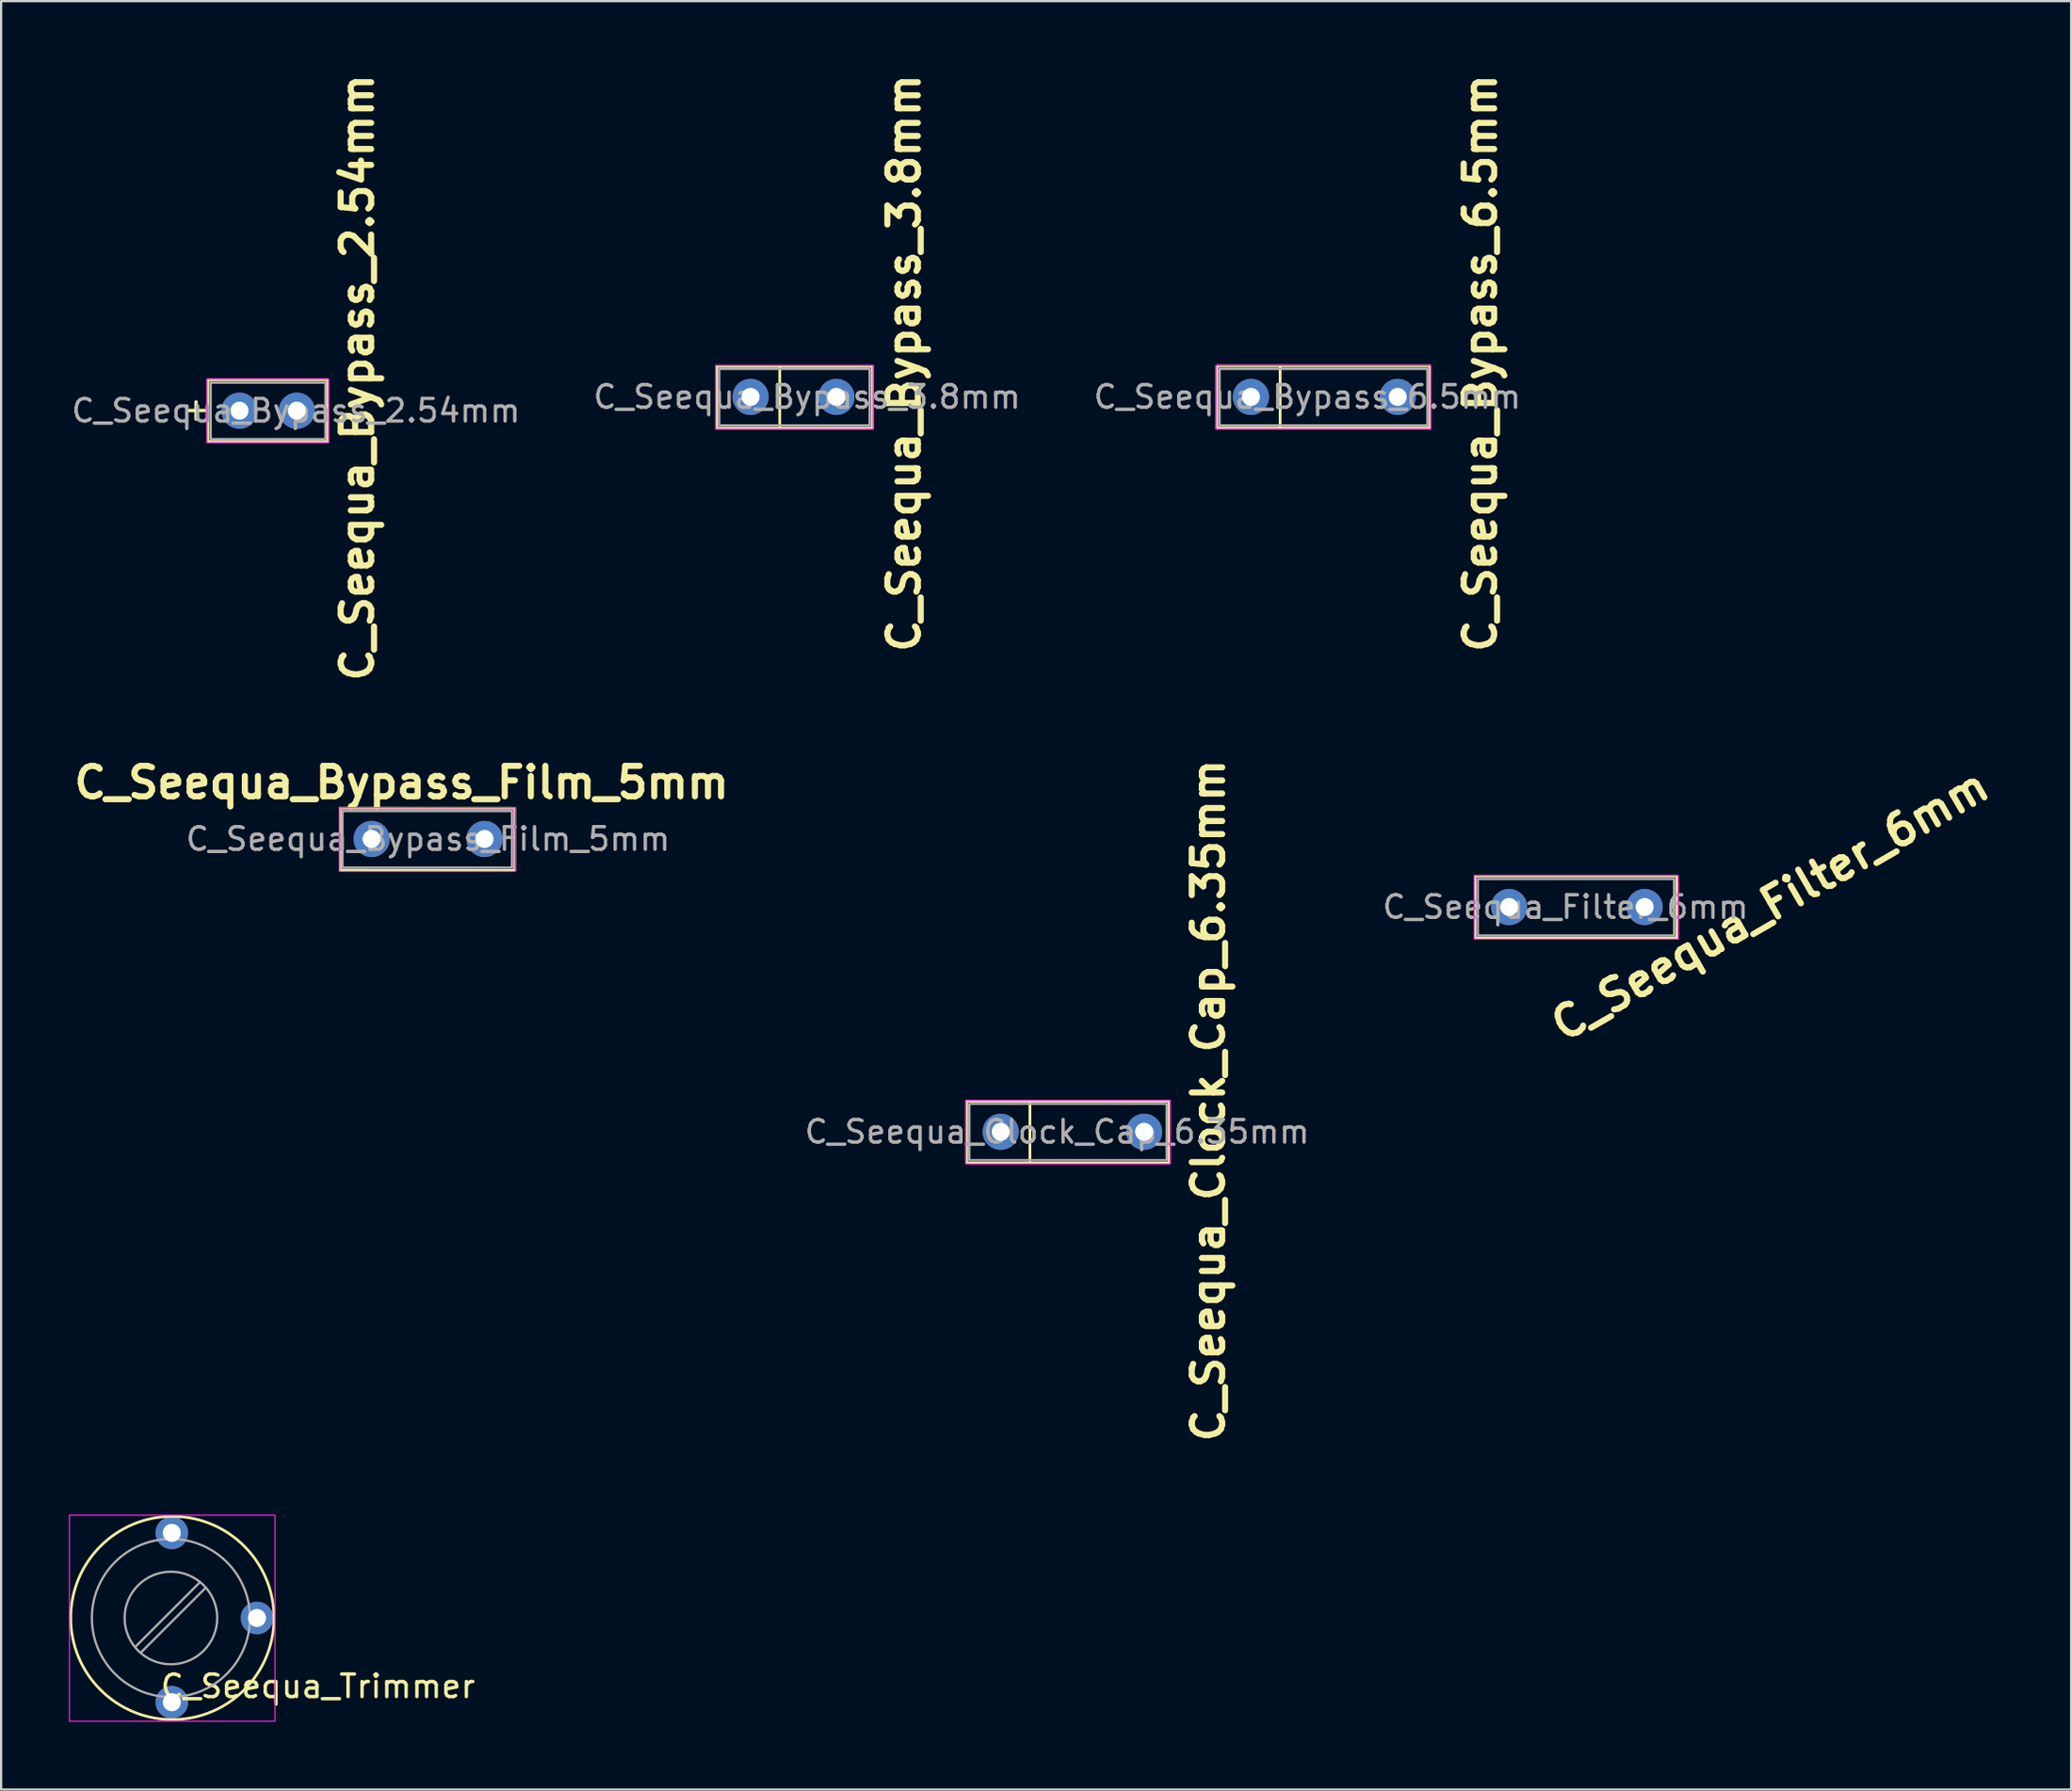
<source format=kicad_pcb>
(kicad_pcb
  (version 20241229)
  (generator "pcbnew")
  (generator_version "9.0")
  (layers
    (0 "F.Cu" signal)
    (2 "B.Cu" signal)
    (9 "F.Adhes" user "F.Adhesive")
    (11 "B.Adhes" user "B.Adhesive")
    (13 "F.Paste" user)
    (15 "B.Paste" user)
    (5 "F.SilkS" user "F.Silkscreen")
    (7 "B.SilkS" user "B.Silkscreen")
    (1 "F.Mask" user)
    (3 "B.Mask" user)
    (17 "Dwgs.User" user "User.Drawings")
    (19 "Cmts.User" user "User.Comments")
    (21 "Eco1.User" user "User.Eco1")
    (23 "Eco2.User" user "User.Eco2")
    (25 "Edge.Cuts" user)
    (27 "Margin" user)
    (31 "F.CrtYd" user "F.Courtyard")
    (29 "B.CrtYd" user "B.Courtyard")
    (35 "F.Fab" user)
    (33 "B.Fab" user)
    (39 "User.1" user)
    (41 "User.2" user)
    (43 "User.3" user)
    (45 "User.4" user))
  (footprint "C_Seequa_Clock_Cap_6.35mm"
    (layer "F.Cu")
    (at 41.26 47.08)
    (property "Reference" "C_Seequa_Clock_Cap_6.35mm" (at 9.197 -1.388 90) (layer "F.SilkS") (effects (font (size 1.35 1.35) (thickness 0.27) (bold yes))))
    (attr through_hole)
    (fp_line (start -1.508 -1.36) (end 7.46 -1.359) (stroke (width 0.12) (type solid)) (layer "F.SilkS"))
    (fp_line (start -1.508 1.38) (end -1.508 -1.36) (stroke (width 0.12) (type solid)) (layer "F.SilkS"))
    (fp_line (start 1.293 1.38) (end 1.293 -1.344) (stroke (width 0.12) (type solid)) (layer "F.SilkS"))
    (fp_line (start 7.46 -1.359) (end 7.46 1.381) (stroke (width 0.12) (type solid)) (layer "F.SilkS"))
    (fp_line (start 7.46 1.381) (end -1.508 1.38) (stroke (width 0.12) (type solid)) (layer "F.SilkS"))
    (fp_rect (start -1.55 -1.398) (end 7.506 1.423) (stroke (width 0.05) (type solid)) (fill no) (layer "F.CrtYd"))
    (fp_rect (start -1.388 -1.24) (end 7.348 1.26) (stroke (width 0.1) (type solid)) (fill no) (layer "F.Fab"))
    (fp_text user "${REFERENCE}" (at 2.5 0 0) (layer "F.Fab") (effects (font (size 1 1) (thickness 0.15))))
    (pad "1" thru_hole circle (at 0 0) (size 1.6 1.6) (drill 0.8) (layers "*.Cu" "*.Mask"))
    (pad "2" thru_hole circle (at 6.35 0) (size 1.6 1.6) (drill 0.8) (layers "*.Cu" "*.Mask")))
  (footprint "C_Seequa_Bypass_Film_5mm"
    (layer "F.Cu")
    (at 13.404 34.111)
    (property "Reference" "C_Seequa_Bypass_Film_5mm" (at 1.33 -2.5 180) (layer "F.SilkS") (effects (font (size 1.35 1.35) (thickness 0.27) (bold yes))))
    (attr through_hole)
    (fp_line (start -1.395 -1.363) (end 6.335 -1.362) (stroke (width 0.12) (type solid)) (layer "F.SilkS"))
    (fp_line (start -1.395 1.377) (end -1.395 -1.363) (stroke (width 0.12) (type solid)) (layer "F.SilkS"))
    (fp_line (start 6.335 -1.35) (end 6.335 1.39) (stroke (width 0.12) (type solid)) (layer "F.SilkS"))
    (fp_line (start 6.335 1.39) (end -1.395 1.377) (stroke (width 0.12) (type solid)) (layer "F.SilkS"))
    (fp_rect (start -1.42 -1.382) (end 6.36 1.439) (stroke (width 0.05) (type solid)) (fill no) (layer "F.CrtYd"))
    (fp_rect (start -1.287 -1.234) (end 6.214 1.266) (stroke (width 0.1) (type solid)) (fill no) (layer "F.Fab"))
    (fp_text user "${REFERENCE}" (at 2.5 0 0) (layer "F.Fab") (effects (font (size 1 1) (thickness 0.15))))
    (pad "1" thru_hole circle (at 0 0) (size 1.6 1.6) (drill 0.8) (layers "*.Cu" "*.Mask"))
    (pad "2" thru_hole circle (at 5 0) (size 1.6 1.6) (drill 0.8) (layers "*.Cu" "*.Mask")))
  (footprint "C_Seequa_Bypass_6.5mm"
    (layer "F.Cu")
    (at 52.339 14.53)
    (property "Reference" "C_Seequa_Bypass_6.5mm" (at 10.16 -1.499 90) (layer "F.SilkS") (effects (font (size 1.35 1.35) (thickness 0.27) (bold yes))))
    (attr through_hole)
    (fp_line (start -1.508 -1.37) (end 7.928 -1.37) (stroke (width 0.12) (type solid)) (layer "F.SilkS"))
    (fp_line (start -1.508 1.37) (end -1.508 -1.36) (stroke (width 0.12) (type solid)) (layer "F.SilkS"))
    (fp_line (start 1.293 1.38) (end 1.293 -1.344) (stroke (width 0.12) (type solid)) (layer "F.SilkS"))
    (fp_line (start 7.928 -1.37) (end 7.928 1.37) (stroke (width 0.12) (type solid)) (layer "F.SilkS"))
    (fp_line (start 7.932 1.37) (end -1.513 1.37) (stroke (width 0.12) (type solid)) (layer "F.SilkS"))
    (fp_rect (start -1.55 -1.398) (end 7.966 1.423) (stroke (width 0.05) (type solid)) (fill no) (layer "F.CrtYd"))
    (fp_rect (start -1.388 -1.24) (end 7.812 1.26) (stroke (width 0.1) (type solid)) (fill no) (layer "F.Fab"))
    (fp_text user "${REFERENCE}" (at 2.5 0 0) (layer "F.Fab") (effects (font (size 1 1) (thickness 0.15))))
    (pad "1" thru_hole circle (at 0 0) (size 1.6 1.6) (drill 0.8) (layers "*.Cu" "*.Mask"))
    (pad "2" thru_hole circle (at 6.5 0) (size 1.6 1.6) (drill 0.8) (layers "*.Cu" "*.Mask")))
  (footprint "C_Seequa_Bypass_2.54mm"
    (layer "F.Cu")
    (at 7.554 15.141)
    (property "Reference" "C_Seequa_Bypass_2.54mm" (at 5.218 -1.468 90) (layer "F.SilkS") (effects (font (size 1.35 1.35) (thickness 0.27) (bold yes))))
    (attr through_hole)
    (fp_line (start -1.395 -1.363) (end 3.904 -1.362) (stroke (width 0.12) (type solid)) (layer "F.SilkS"))
    (fp_line (start -1.395 1.377) (end -1.395 -1.363) (stroke (width 0.12) (type solid)) (layer "F.SilkS"))
    (fp_line (start 3.904 -1.362) (end 3.904 1.377) (stroke (width 0.12) (type solid)) (layer "F.SilkS"))
    (fp_line (start 3.904 1.377) (end -1.395 1.377) (stroke (width 0.12) (type solid)) (layer "F.SilkS"))
    (fp_rect (start -1.437 -1.401) (end 3.943 1.42) (stroke (width 0.05) (type solid)) (fill no) (layer "F.CrtYd"))
    (fp_rect (start -1.275 -1.243) (end 3.805 1.257) (stroke (width 0.1) (type solid)) (fill no) (layer "F.Fab"))
    (fp_text user "+" (at -2.641 0.502 0) (unlocked yes) (layer "F.SilkS") (effects (font (size 1 1) (thickness 0.15)) (justify left bottom)))
    (fp_text user "${REFERENCE}" (at 2.5 0 0) (layer "F.Fab") (effects (font (size 1 1) (thickness 0.15))))
    (pad "1" thru_hole circle (at 0 0) (size 1.6 1.6) (drill 0.8) (layers "*.Cu" "*.Mask"))
    (pad "2" thru_hole circle (at 2.54 0) (size 1.6 1.6) (drill 0.8) (layers "*.Cu" "*.Mask")))
  (footprint "C_Seequa_Bypass_3.8mm"
    (layer "F.Cu")
    (at 30.185 14.53)
    (property "Reference" "C_Seequa_Bypass_3.8mm" (at 6.795 -1.499 90) (layer "F.SilkS") (effects (font (size 1.35 1.35) (thickness 0.27) (bold yes))))
    (attr through_hole)
    (fp_line (start -1.508 -1.36) (end 5.388 -1.36) (stroke (width 0.12) (type solid)) (layer "F.SilkS"))
    (fp_line (start -1.508 1.38) (end -1.508 -1.36) (stroke (width 0.12) (type solid)) (layer "F.SilkS"))
    (fp_line (start 1.293 1.38) (end 1.293 -1.344) (stroke (width 0.12) (type solid)) (layer "F.SilkS"))
    (fp_line (start 5.388 -1.36) (end 5.388 1.38) (stroke (width 0.12) (type solid)) (layer "F.SilkS"))
    (fp_line (start 5.393 1.38) (end -1.508 1.38) (stroke (width 0.12) (type solid)) (layer "F.SilkS"))
    (fp_rect (start -1.55 -1.398) (end 5.426 1.423) (stroke (width 0.05) (type solid)) (fill no) (layer "F.CrtYd"))
    (fp_rect (start -1.388 -1.24) (end 5.272 1.26) (stroke (width 0.1) (type solid)) (fill no) (layer "F.Fab"))
    (fp_text user "${REFERENCE}" (at 2.5 0 0) (layer "F.Fab") (effects (font (size 1 1) (thickness 0.15))))
    (pad "1" thru_hole circle (at 0 0) (size 1.6 1.6) (drill 0.8) (layers "*.Cu" "*.Mask"))
    (pad "2" thru_hole circle (at 3.8 0) (size 1.6 1.6) (drill 0.8) (layers "*.Cu" "*.Mask")))
  (footprint "C_Seequa_Trimmer"
    (layer "F.Cu")
    (at 4.558 72.347)
    (property "Reference" "C_Seequa_Trimmer" (at 6.47 -0.706 0) (layer "F.SilkS") (effects (font (size 1 1) (thickness 0.15))))
    (attr through_hole)
    (fp_circle (center 0.024 -3.731) (end 4.524 -3.731) (stroke (width 0.12) (type solid)) (fill no) (layer "F.SilkS"))
    (fp_rect (start -4.533 -8.285) (end 4.569 0.842) (stroke (width 0.05) (type solid)) (fill no) (layer "F.CrtYd"))
    (fp_line (start 1.253 -5.323) (end -1.607 -2.463) (stroke (width 0.1) (type solid)) (layer "F.Fab"))
    (fp_line (start 1.503 -5.073) (end -1.357 -2.213) (stroke (width 0.1) (type solid)) (layer "F.Fab"))
    (fp_circle (center -0.04 -3.731) (end 2.01 -3.731) (stroke (width 0.1) (type solid)) (fill no) (layer "F.Fab"))
    (fp_circle (center -0.04 -3.731) (end 3.46 -3.731) (stroke (width 0.1) (type solid)) (fill no) (layer "F.Fab"))
    (pad "1" thru_hole circle (at 0 0) (size 1.44 1.44) (drill 0.8) (layers "*.Cu" "*.Mask"))
    (pad "2" thru_hole circle (at 3.769 -3.731) (size 1.44 1.44) (drill 0.8) (layers "*.Cu" "*.Mask"))
    (pad "3" thru_hole circle (at 0 -7.5) (size 1.44 1.44) (drill 0.8) (layers "*.Cu" "*.Mask")))
  (footprint "C_Seequa_Filter_6mm"
    (layer "F.Cu")
    (at 63.772 37.125)
    (property "Reference" "C_Seequa_Filter_6mm" (at 11.554 -0.084 210) (layer "F.SilkS") (effects (font (size 1.35 1.35) (thickness 0.27) (bold yes))))
    (attr through_hole)
    (fp_line (start -1.508 -1.37) (end 7.421 -1.37) (stroke (width 0.12) (type solid)) (layer "F.SilkS"))
    (fp_line (start -1.508 1.37) (end -1.508 -1.36) (stroke (width 0.12) (type solid)) (layer "F.SilkS"))
    (fp_line (start 7.421 -1.332) (end 7.421 1.359) (stroke (width 0.12) (type solid)) (layer "F.SilkS"))
    (fp_line (start 7.421 1.37) (end -1.513 1.37) (stroke (width 0.12) (type solid)) (layer "F.SilkS"))
    (fp_rect (start -1.55 -1.398) (end 7.499 1.423) (stroke (width 0.05) (type solid)) (fill no) (layer "F.CrtYd"))
    (fp_rect (start -1.388 -1.24) (end 7.304 1.26) (stroke (width 0.1) (type solid)) (fill no) (layer "F.Fab"))
    (fp_text user "${REFERENCE}" (at 2.5 0 0) (layer "F.Fab") (effects (font (size 1 1) (thickness 0.15))))
    (pad "1" thru_hole circle (at 0 0) (size 1.6 1.6) (drill 0.8) (layers "*.Cu" "*.Mask"))
    (pad "2" thru_hole circle (at 6 0) (size 1.6 1.6) (drill 0.8) (layers "*.Cu" "*.Mask")))
  (gr_rect
    (start -3 -3)
    (end 88.656 76.214)
    (stroke (width 0.1) (type default))
    (fill no)
    (layer "Edge.Cuts")))
</source>
